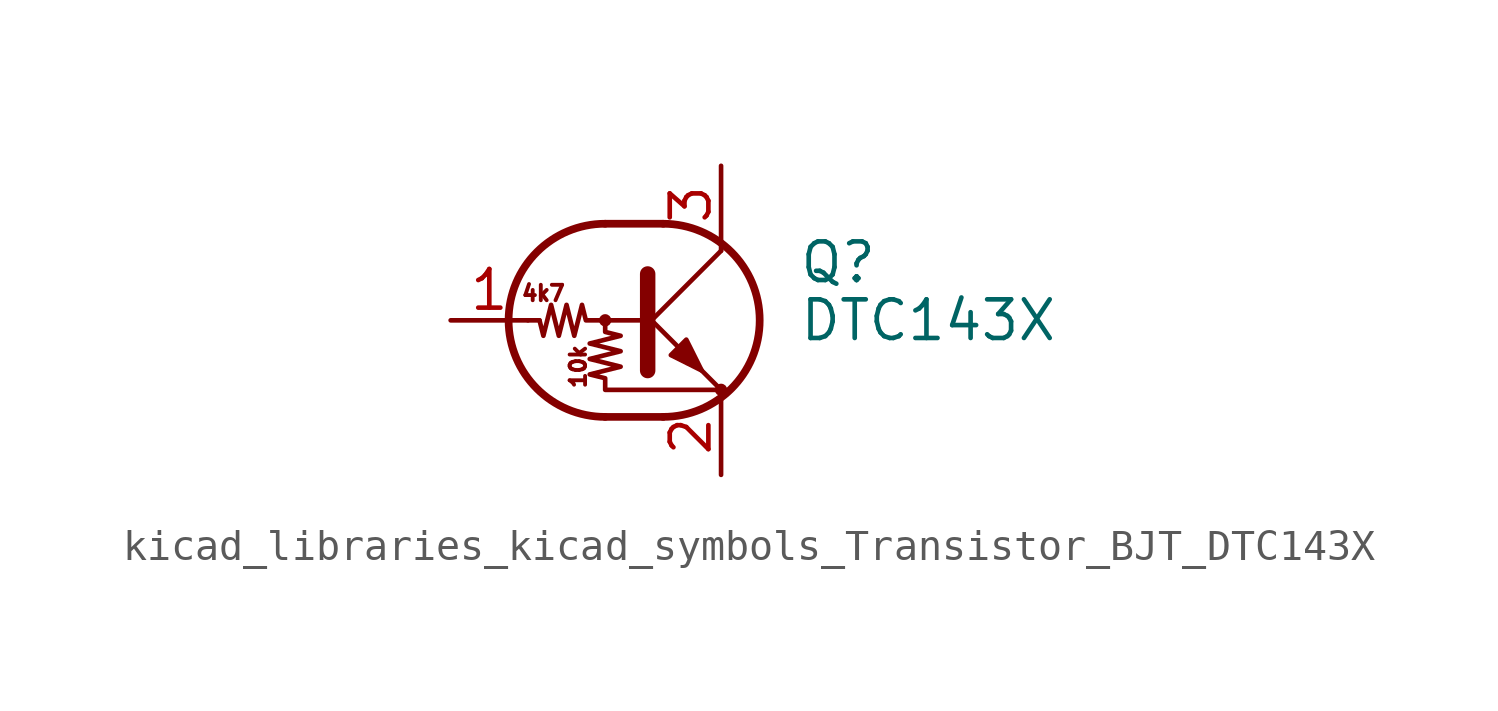
<source format=kicad_sym>
(kicad_symbol_lib
  (version 20220914)
  (generator kicad_symbol_editor)
  (symbol "kicad_libraries_kicad_symbols_Transistor_BJT_DTC143X"
    (pin_names
      (offset 0) hide)
    (property "Reference" "Q"
      (at 5.08 1.905 0)
      (effects (font (size 1.27 1.27)) (justify left)))
    (property "Value" "DTC143X"
      (at 5.08 0 0)
      (effects (font (size 1.27 1.27)) (justify left)))
    (symbol "kicad_libraries_kicad_symbols_Transistor_BJT_DTC143X_0_0"
      (text "10k" (at -2.159 -1.524 900) (effects (font (size 0.508 0.508))))
      (text "4k7" (at -3.302 0.889 0) (effects (font (size 0.508 0.508)))))
    (symbol "kicad_libraries_kicad_symbols_Transistor_BJT_DTC143X_0_1"
      (circle (center -1.27 0) (radius 0.127) (stroke (width 0) (type default)) (fill (type none)))
      (arc (start -1.27 3.175) (mid -4.4312 0) (end -1.27 -3.175) (stroke (width 0.254) (type default)) (fill (type none)))
      (polyline (pts (xy -3.429 0) (xy -3.81 0)) (stroke (width 0) (type default)) (fill (type none)))
      (polyline (pts (xy -1.27 -3.175) (xy 0.635 -3.175)) (stroke (width 0.254) (type default)) (fill (type none)))
      (polyline (pts (xy -1.27 3.175) (xy 0.635 3.175)) (stroke (width 0.254) (type default)) (fill (type none)))
      (polyline (pts (xy 0 -0.254) (xy 2.54 2.286)) (stroke (width 0) (type default)) (fill (type none)))
      (polyline (pts (xy 0.127 1.524) (xy 0.127 -1.651)) (stroke (width 0.508) (type default)) (fill (type outline)))
      (polyline (pts (xy 2.54 2.286) (xy 2.54 2.54)) (stroke (width 0) (type default)) (fill (type none)))
      (polyline (pts (xy 2.54 -2.286) (xy 0 0.254) (xy 0 0.254)) (stroke (width 0) (type default)) (fill (type none)))
      (polyline (pts (xy 0.889 -1.143) (xy 1.397 -0.635) (xy 1.905 -1.651) (xy 0.889 -1.143)) (stroke (width 0) (type default)) (fill (type outline)))
      (polyline (pts (xy 0 0) (xy -1.905 0) (xy -2.032 0.508) (xy -2.286 -0.508) (xy -2.54 0.508) (xy -2.794 -0.508) (xy -3.048 0.508) (xy -3.302 -0.508) (xy -3.429 0)) (stroke (width 0) (type default)) (fill (type none)))
      (polyline (pts (xy -1.27 0) (xy -1.27 -0.381) (xy -0.762 -0.508) (xy -1.778 -0.762) (xy -0.762 -1.016) (xy -1.778 -1.27) (xy -0.762 -1.524) (xy -1.778 -1.778) (xy -1.27 -1.905) (xy -1.27 -2.286) (xy 2.54 -2.286)) (stroke (width 0) (type default)) (fill (type none)))
      (arc (start 0.635 -3.175) (mid 3.7962 0) (end 0.635 3.175) (stroke (width 0.254) (type default)) (fill (type none)))
      (circle (center 2.54 -2.286) (radius 0.127) (stroke (width 0) (type default)) (fill (type none))))
    (symbol "kicad_libraries_kicad_symbols_Transistor_BJT_DTC143X_1_1"
      (pin input line (at -6.35 0 0) (length 2.54) (name "B" (effects (font (size 1.27 1.27)))) (number "1" (effects (font (size 1.27 1.27)))))
      (pin passive line (at 2.54 -5.08 90) (length 2.54) (name "E" (effects (font (size 1.27 1.27)))) (number "2" (effects (font (size 1.27 1.27)))))
      (pin passive line (at 2.54 5.08 270) (length 2.54) (name "C" (effects (font (size 1.27 1.27)))) (number "3" (effects (font (size 1.27 1.27))))))))
</source>
